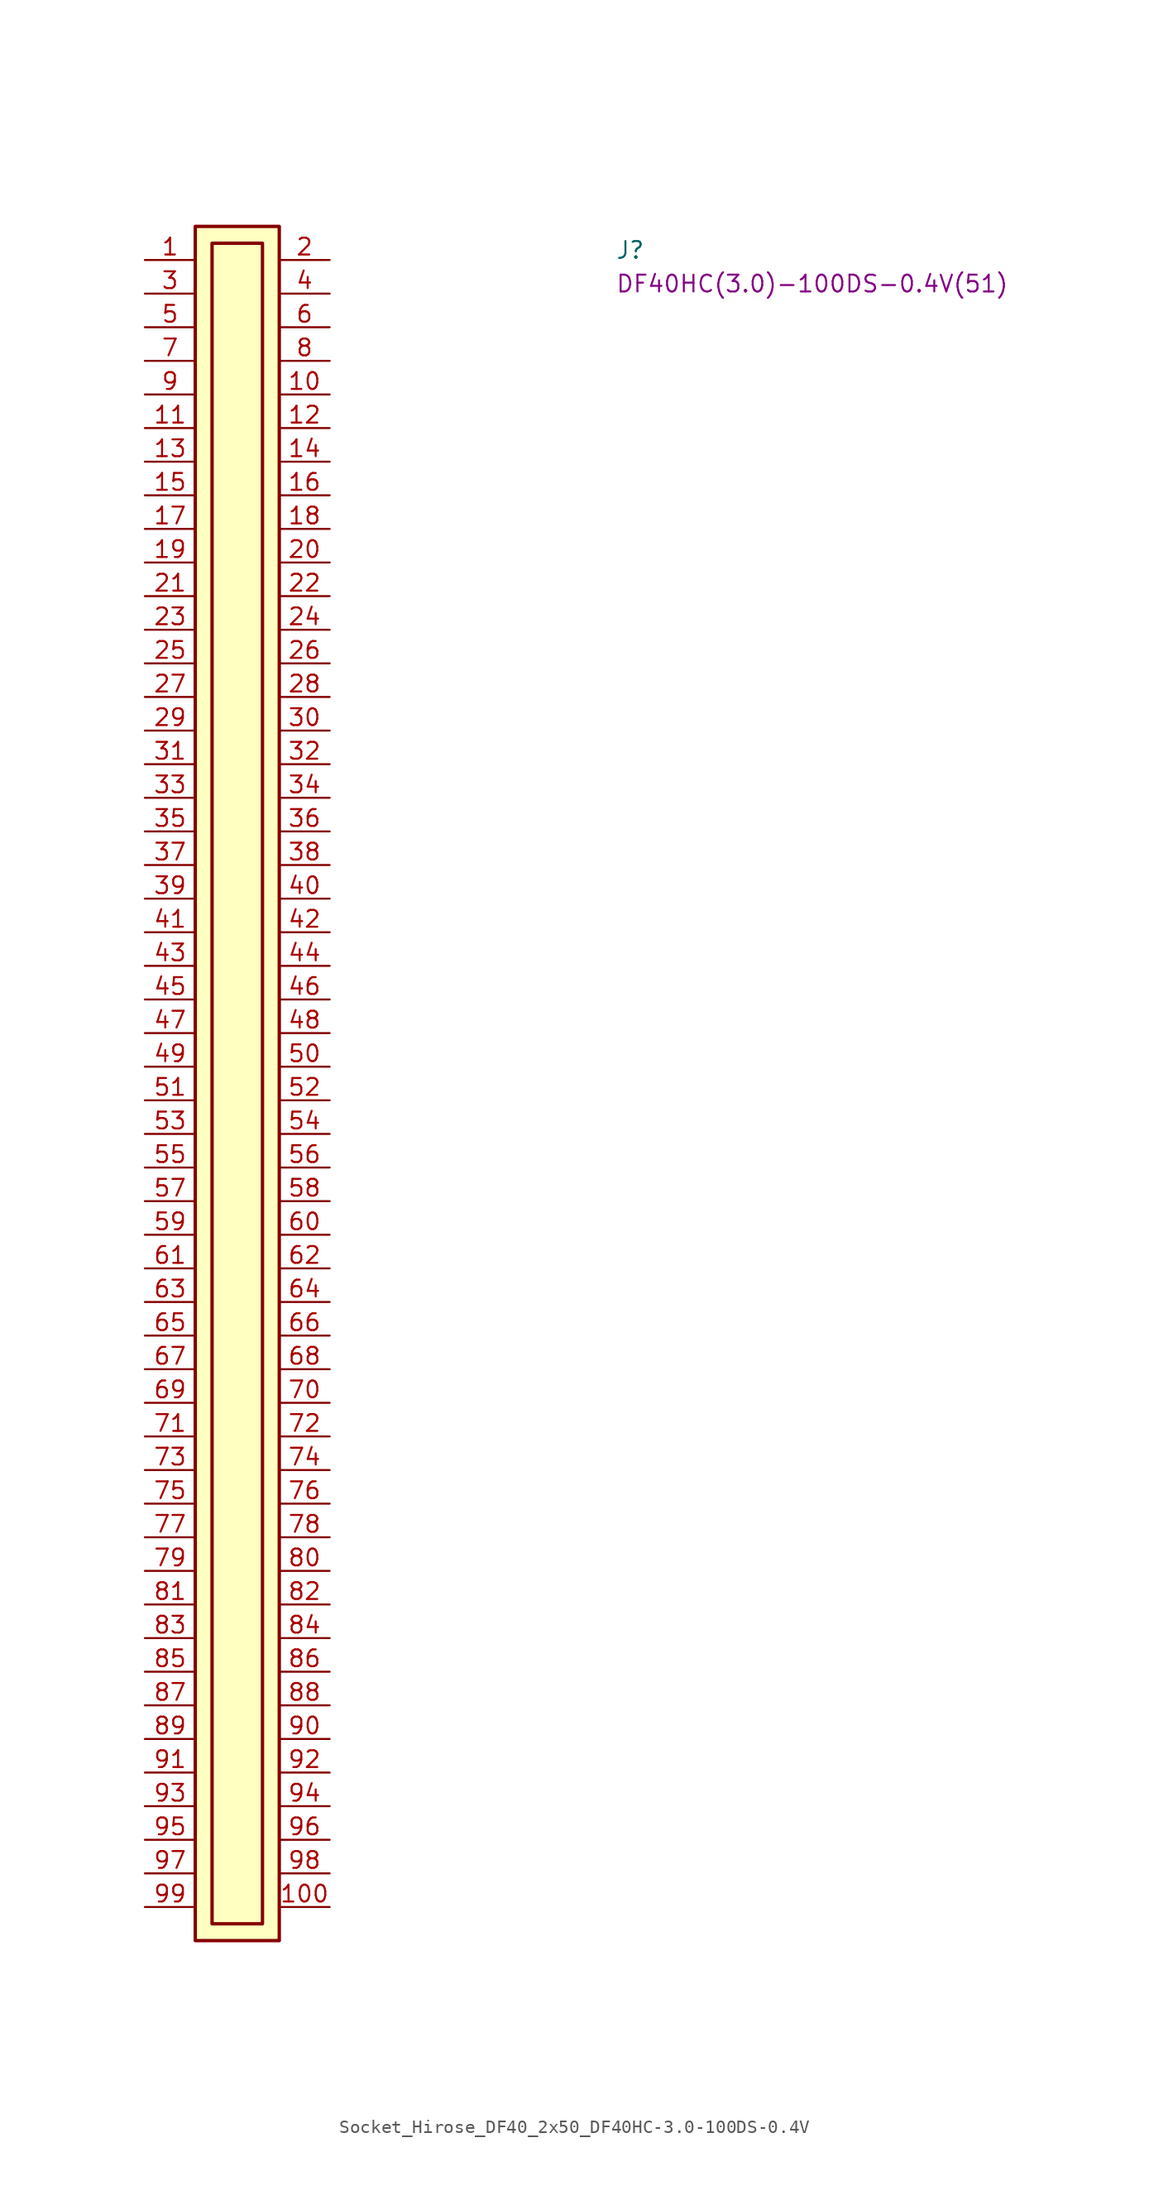
<source format=kicad_sym>
(kicad_symbol_lib
  (version 20220914)
  (generator kicad_symbol_editor)
  (symbol "Socket_Hirose_DF40_2x50_DF40HC-3.0-100DS-0.4V"
    (property "Reference" "J"
      (at 35.56 0 0)
      (effects (font (size 1.27 1.27) (thickness 0.15)) (justify left bottom)))
    (property "MPN" "DF40HC(3.0)-100DS-0.4V(51)"
      (at 35.56 -2.54 0)
      (effects (font (size 1.27 1.27) (thickness 0.15)) (justify left bottom)))
    (symbol "Socket_Hirose_DF40_2x50_DF40HC-3.0-100DS-0.4V_1_1"
      (rectangle (start 3.81 2.54) (end 10.16 -127) (stroke (width 0.254) (type default)) (fill (type background)))
      (rectangle (start 5.08 1.27) (end 8.89 -125.73) (stroke (width 0.254) (type default)) (fill (type background)))
      (pin passive line (at 0 0 0) (length 3.81) (name "~" (effects (font (size 1.27 1.27)))) (number "1" (effects (font (size 1.27 1.27)))))
      (pin passive line (at 13.97 -10.16 180) (length 3.81) (name "~" (effects (font (size 1.27 1.27)))) (number "10" (effects (font (size 1.27 1.27)))))
      (pin passive line (at 13.97 -124.46 180) (length 3.81) (name "~" (effects (font (size 1.27 1.27)))) (number "100" (effects (font (size 1.27 1.27)))))
      (pin passive line (at 0 -12.7 0) (length 3.81) (name "~" (effects (font (size 1.27 1.27)))) (number "11" (effects (font (size 1.27 1.27)))))
      (pin passive line (at 13.97 -12.7 180) (length 3.81) (name "~" (effects (font (size 1.27 1.27)))) (number "12" (effects (font (size 1.27 1.27)))))
      (pin passive line (at 0 -15.24 0) (length 3.81) (name "~" (effects (font (size 1.27 1.27)))) (number "13" (effects (font (size 1.27 1.27)))))
      (pin passive line (at 13.97 -15.24 180) (length 3.81) (name "~" (effects (font (size 1.27 1.27)))) (number "14" (effects (font (size 1.27 1.27)))))
      (pin passive line (at 0 -17.78 0) (length 3.81) (name "~" (effects (font (size 1.27 1.27)))) (number "15" (effects (font (size 1.27 1.27)))))
      (pin passive line (at 13.97 -17.78 180) (length 3.81) (name "~" (effects (font (size 1.27 1.27)))) (number "16" (effects (font (size 1.27 1.27)))))
      (pin passive line (at 0 -20.32 0) (length 3.81) (name "~" (effects (font (size 1.27 1.27)))) (number "17" (effects (font (size 1.27 1.27)))))
      (pin passive line (at 13.97 -20.32 180) (length 3.81) (name "~" (effects (font (size 1.27 1.27)))) (number "18" (effects (font (size 1.27 1.27)))))
      (pin passive line (at 0 -22.86 0) (length 3.81) (name "~" (effects (font (size 1.27 1.27)))) (number "19" (effects (font (size 1.27 1.27)))))
      (pin passive line (at 13.97 0 180) (length 3.81) (name "~" (effects (font (size 1.27 1.27)))) (number "2" (effects (font (size 1.27 1.27)))))
      (pin passive line (at 13.97 -22.86 180) (length 3.81) (name "~" (effects (font (size 1.27 1.27)))) (number "20" (effects (font (size 1.27 1.27)))))
      (pin passive line (at 0 -25.4 0) (length 3.81) (name "~" (effects (font (size 1.27 1.27)))) (number "21" (effects (font (size 1.27 1.27)))))
      (pin passive line (at 13.97 -25.4 180) (length 3.81) (name "~" (effects (font (size 1.27 1.27)))) (number "22" (effects (font (size 1.27 1.27)))))
      (pin passive line (at 0 -27.94 0) (length 3.81) (name "~" (effects (font (size 1.27 1.27)))) (number "23" (effects (font (size 1.27 1.27)))))
      (pin passive line (at 13.97 -27.94 180) (length 3.81) (name "~" (effects (font (size 1.27 1.27)))) (number "24" (effects (font (size 1.27 1.27)))))
      (pin passive line (at 0 -30.48 0) (length 3.81) (name "~" (effects (font (size 1.27 1.27)))) (number "25" (effects (font (size 1.27 1.27)))))
      (pin passive line (at 13.97 -30.48 180) (length 3.81) (name "~" (effects (font (size 1.27 1.27)))) (number "26" (effects (font (size 1.27 1.27)))))
      (pin passive line (at 0 -33.02 0) (length 3.81) (name "~" (effects (font (size 1.27 1.27)))) (number "27" (effects (font (size 1.27 1.27)))))
      (pin passive line (at 13.97 -33.02 180) (length 3.81) (name "~" (effects (font (size 1.27 1.27)))) (number "28" (effects (font (size 1.27 1.27)))))
      (pin passive line (at 0 -35.56 0) (length 3.81) (name "~" (effects (font (size 1.27 1.27)))) (number "29" (effects (font (size 1.27 1.27)))))
      (pin passive line (at 0 -2.54 0) (length 3.81) (name "~" (effects (font (size 1.27 1.27)))) (number "3" (effects (font (size 1.27 1.27)))))
      (pin passive line (at 13.97 -35.56 180) (length 3.81) (name "~" (effects (font (size 1.27 1.27)))) (number "30" (effects (font (size 1.27 1.27)))))
      (pin passive line (at 0 -38.1 0) (length 3.81) (name "~" (effects (font (size 1.27 1.27)))) (number "31" (effects (font (size 1.27 1.27)))))
      (pin passive line (at 13.97 -38.1 180) (length 3.81) (name "~" (effects (font (size 1.27 1.27)))) (number "32" (effects (font (size 1.27 1.27)))))
      (pin passive line (at 0 -40.64 0) (length 3.81) (name "~" (effects (font (size 1.27 1.27)))) (number "33" (effects (font (size 1.27 1.27)))))
      (pin passive line (at 13.97 -40.64 180) (length 3.81) (name "~" (effects (font (size 1.27 1.27)))) (number "34" (effects (font (size 1.27 1.27)))))
      (pin passive line (at 0 -43.18 0) (length 3.81) (name "~" (effects (font (size 1.27 1.27)))) (number "35" (effects (font (size 1.27 1.27)))))
      (pin passive line (at 13.97 -43.18 180) (length 3.81) (name "~" (effects (font (size 1.27 1.27)))) (number "36" (effects (font (size 1.27 1.27)))))
      (pin passive line (at 0 -45.72 0) (length 3.81) (name "~" (effects (font (size 1.27 1.27)))) (number "37" (effects (font (size 1.27 1.27)))))
      (pin passive line (at 13.97 -45.72 180) (length 3.81) (name "~" (effects (font (size 1.27 1.27)))) (number "38" (effects (font (size 1.27 1.27)))))
      (pin passive line (at 0 -48.26 0) (length 3.81) (name "~" (effects (font (size 1.27 1.27)))) (number "39" (effects (font (size 1.27 1.27)))))
      (pin passive line (at 13.97 -2.54 180) (length 3.81) (name "~" (effects (font (size 1.27 1.27)))) (number "4" (effects (font (size 1.27 1.27)))))
      (pin passive line (at 13.97 -48.26 180) (length 3.81) (name "~" (effects (font (size 1.27 1.27)))) (number "40" (effects (font (size 1.27 1.27)))))
      (pin passive line (at 0 -50.8 0) (length 3.81) (name "~" (effects (font (size 1.27 1.27)))) (number "41" (effects (font (size 1.27 1.27)))))
      (pin passive line (at 13.97 -50.8 180) (length 3.81) (name "~" (effects (font (size 1.27 1.27)))) (number "42" (effects (font (size 1.27 1.27)))))
      (pin passive line (at 0 -53.34 0) (length 3.81) (name "~" (effects (font (size 1.27 1.27)))) (number "43" (effects (font (size 1.27 1.27)))))
      (pin passive line (at 13.97 -53.34 180) (length 3.81) (name "~" (effects (font (size 1.27 1.27)))) (number "44" (effects (font (size 1.27 1.27)))))
      (pin passive line (at 0 -55.88 0) (length 3.81) (name "~" (effects (font (size 1.27 1.27)))) (number "45" (effects (font (size 1.27 1.27)))))
      (pin passive line (at 13.97 -55.88 180) (length 3.81) (name "~" (effects (font (size 1.27 1.27)))) (number "46" (effects (font (size 1.27 1.27)))))
      (pin passive line (at 0 -58.42 0) (length 3.81) (name "~" (effects (font (size 1.27 1.27)))) (number "47" (effects (font (size 1.27 1.27)))))
      (pin passive line (at 13.97 -58.42 180) (length 3.81) (name "~" (effects (font (size 1.27 1.27)))) (number "48" (effects (font (size 1.27 1.27)))))
      (pin passive line (at 0 -60.96 0) (length 3.81) (name "~" (effects (font (size 1.27 1.27)))) (number "49" (effects (font (size 1.27 1.27)))))
      (pin passive line (at 0 -5.08 0) (length 3.81) (name "~" (effects (font (size 1.27 1.27)))) (number "5" (effects (font (size 1.27 1.27)))))
      (pin passive line (at 13.97 -60.96 180) (length 3.81) (name "~" (effects (font (size 1.27 1.27)))) (number "50" (effects (font (size 1.27 1.27)))))
      (pin passive line (at 0 -63.5 0) (length 3.81) (name "~" (effects (font (size 1.27 1.27)))) (number "51" (effects (font (size 1.27 1.27)))))
      (pin passive line (at 13.97 -63.5 180) (length 3.81) (name "~" (effects (font (size 1.27 1.27)))) (number "52" (effects (font (size 1.27 1.27)))))
      (pin passive line (at 0 -66.04 0) (length 3.81) (name "~" (effects (font (size 1.27 1.27)))) (number "53" (effects (font (size 1.27 1.27)))))
      (pin passive line (at 13.97 -66.04 180) (length 3.81) (name "~" (effects (font (size 1.27 1.27)))) (number "54" (effects (font (size 1.27 1.27)))))
      (pin passive line (at 0 -68.58 0) (length 3.81) (name "~" (effects (font (size 1.27 1.27)))) (number "55" (effects (font (size 1.27 1.27)))))
      (pin passive line (at 13.97 -68.58 180) (length 3.81) (name "~" (effects (font (size 1.27 1.27)))) (number "56" (effects (font (size 1.27 1.27)))))
      (pin passive line (at 0 -71.12 0) (length 3.81) (name "~" (effects (font (size 1.27 1.27)))) (number "57" (effects (font (size 1.27 1.27)))))
      (pin passive line (at 13.97 -71.12 180) (length 3.81) (name "~" (effects (font (size 1.27 1.27)))) (number "58" (effects (font (size 1.27 1.27)))))
      (pin passive line (at 0 -73.66 0) (length 3.81) (name "~" (effects (font (size 1.27 1.27)))) (number "59" (effects (font (size 1.27 1.27)))))
      (pin passive line (at 13.97 -5.08 180) (length 3.81) (name "~" (effects (font (size 1.27 1.27)))) (number "6" (effects (font (size 1.27 1.27)))))
      (pin passive line (at 13.97 -73.66 180) (length 3.81) (name "~" (effects (font (size 1.27 1.27)))) (number "60" (effects (font (size 1.27 1.27)))))
      (pin passive line (at 0 -76.2 0) (length 3.81) (name "~" (effects (font (size 1.27 1.27)))) (number "61" (effects (font (size 1.27 1.27)))))
      (pin passive line (at 13.97 -76.2 180) (length 3.81) (name "~" (effects (font (size 1.27 1.27)))) (number "62" (effects (font (size 1.27 1.27)))))
      (pin passive line (at 0 -78.74 0) (length 3.81) (name "~" (effects (font (size 1.27 1.27)))) (number "63" (effects (font (size 1.27 1.27)))))
      (pin passive line (at 13.97 -78.74 180) (length 3.81) (name "~" (effects (font (size 1.27 1.27)))) (number "64" (effects (font (size 1.27 1.27)))))
      (pin passive line (at 0 -81.28 0) (length 3.81) (name "~" (effects (font (size 1.27 1.27)))) (number "65" (effects (font (size 1.27 1.27)))))
      (pin passive line (at 13.97 -81.28 180) (length 3.81) (name "~" (effects (font (size 1.27 1.27)))) (number "66" (effects (font (size 1.27 1.27)))))
      (pin passive line (at 0 -83.82 0) (length 3.81) (name "~" (effects (font (size 1.27 1.27)))) (number "67" (effects (font (size 1.27 1.27)))))
      (pin passive line (at 13.97 -83.82 180) (length 3.81) (name "~" (effects (font (size 1.27 1.27)))) (number "68" (effects (font (size 1.27 1.27)))))
      (pin passive line (at 0 -86.36 0) (length 3.81) (name "~" (effects (font (size 1.27 1.27)))) (number "69" (effects (font (size 1.27 1.27)))))
      (pin passive line (at 0 -7.62 0) (length 3.81) (name "~" (effects (font (size 1.27 1.27)))) (number "7" (effects (font (size 1.27 1.27)))))
      (pin passive line (at 13.97 -86.36 180) (length 3.81) (name "~" (effects (font (size 1.27 1.27)))) (number "70" (effects (font (size 1.27 1.27)))))
      (pin passive line (at 0 -88.9 0) (length 3.81) (name "~" (effects (font (size 1.27 1.27)))) (number "71" (effects (font (size 1.27 1.27)))))
      (pin passive line (at 13.97 -88.9 180) (length 3.81) (name "~" (effects (font (size 1.27 1.27)))) (number "72" (effects (font (size 1.27 1.27)))))
      (pin passive line (at 0 -91.44 0) (length 3.81) (name "~" (effects (font (size 1.27 1.27)))) (number "73" (effects (font (size 1.27 1.27)))))
      (pin passive line (at 13.97 -91.44 180) (length 3.81) (name "~" (effects (font (size 1.27 1.27)))) (number "74" (effects (font (size 1.27 1.27)))))
      (pin passive line (at 0 -93.98 0) (length 3.81) (name "~" (effects (font (size 1.27 1.27)))) (number "75" (effects (font (size 1.27 1.27)))))
      (pin passive line (at 13.97 -93.98 180) (length 3.81) (name "~" (effects (font (size 1.27 1.27)))) (number "76" (effects (font (size 1.27 1.27)))))
      (pin passive line (at 0 -96.52 0) (length 3.81) (name "~" (effects (font (size 1.27 1.27)))) (number "77" (effects (font (size 1.27 1.27)))))
      (pin passive line (at 13.97 -96.52 180) (length 3.81) (name "~" (effects (font (size 1.27 1.27)))) (number "78" (effects (font (size 1.27 1.27)))))
      (pin passive line (at 0 -99.06 0) (length 3.81) (name "~" (effects (font (size 1.27 1.27)))) (number "79" (effects (font (size 1.27 1.27)))))
      (pin passive line (at 13.97 -7.62 180) (length 3.81) (name "~" (effects (font (size 1.27 1.27)))) (number "8" (effects (font (size 1.27 1.27)))))
      (pin passive line (at 13.97 -99.06 180) (length 3.81) (name "~" (effects (font (size 1.27 1.27)))) (number "80" (effects (font (size 1.27 1.27)))))
      (pin passive line (at 0 -101.6 0) (length 3.81) (name "~" (effects (font (size 1.27 1.27)))) (number "81" (effects (font (size 1.27 1.27)))))
      (pin passive line (at 13.97 -101.6 180) (length 3.81) (name "~" (effects (font (size 1.27 1.27)))) (number "82" (effects (font (size 1.27 1.27)))))
      (pin passive line (at 0 -104.14 0) (length 3.81) (name "~" (effects (font (size 1.27 1.27)))) (number "83" (effects (font (size 1.27 1.27)))))
      (pin passive line (at 13.97 -104.14 180) (length 3.81) (name "~" (effects (font (size 1.27 1.27)))) (number "84" (effects (font (size 1.27 1.27)))))
      (pin passive line (at 0 -106.68 0) (length 3.81) (name "~" (effects (font (size 1.27 1.27)))) (number "85" (effects (font (size 1.27 1.27)))))
      (pin passive line (at 13.97 -106.68 180) (length 3.81) (name "~" (effects (font (size 1.27 1.27)))) (number "86" (effects (font (size 1.27 1.27)))))
      (pin passive line (at 0 -109.22 0) (length 3.81) (name "~" (effects (font (size 1.27 1.27)))) (number "87" (effects (font (size 1.27 1.27)))))
      (pin passive line (at 13.97 -109.22 180) (length 3.81) (name "~" (effects (font (size 1.27 1.27)))) (number "88" (effects (font (size 1.27 1.27)))))
      (pin passive line (at 0 -111.76 0) (length 3.81) (name "~" (effects (font (size 1.27 1.27)))) (number "89" (effects (font (size 1.27 1.27)))))
      (pin passive line (at 0 -10.16 0) (length 3.81) (name "~" (effects (font (size 1.27 1.27)))) (number "9" (effects (font (size 1.27 1.27)))))
      (pin passive line (at 13.97 -111.76 180) (length 3.81) (name "~" (effects (font (size 1.27 1.27)))) (number "90" (effects (font (size 1.27 1.27)))))
      (pin passive line (at 0 -114.3 0) (length 3.81) (name "~" (effects (font (size 1.27 1.27)))) (number "91" (effects (font (size 1.27 1.27)))))
      (pin passive line (at 13.97 -114.3 180) (length 3.81) (name "~" (effects (font (size 1.27 1.27)))) (number "92" (effects (font (size 1.27 1.27)))))
      (pin passive line (at 0 -116.84 0) (length 3.81) (name "~" (effects (font (size 1.27 1.27)))) (number "93" (effects (font (size 1.27 1.27)))))
      (pin passive line (at 13.97 -116.84 180) (length 3.81) (name "~" (effects (font (size 1.27 1.27)))) (number "94" (effects (font (size 1.27 1.27)))))
      (pin passive line (at 0 -119.38 0) (length 3.81) (name "~" (effects (font (size 1.27 1.27)))) (number "95" (effects (font (size 1.27 1.27)))))
      (pin passive line (at 13.97 -119.38 180) (length 3.81) (name "~" (effects (font (size 1.27 1.27)))) (number "96" (effects (font (size 1.27 1.27)))))
      (pin passive line (at 0 -121.92 0) (length 3.81) (name "~" (effects (font (size 1.27 1.27)))) (number "97" (effects (font (size 1.27 1.27)))))
      (pin passive line (at 13.97 -121.92 180) (length 3.81) (name "~" (effects (font (size 1.27 1.27)))) (number "98" (effects (font (size 1.27 1.27)))))
      (pin passive line (at 0 -124.46 0) (length 3.81) (name "~" (effects (font (size 1.27 1.27)))) (number "99" (effects (font (size 1.27 1.27))))))))
</source>
